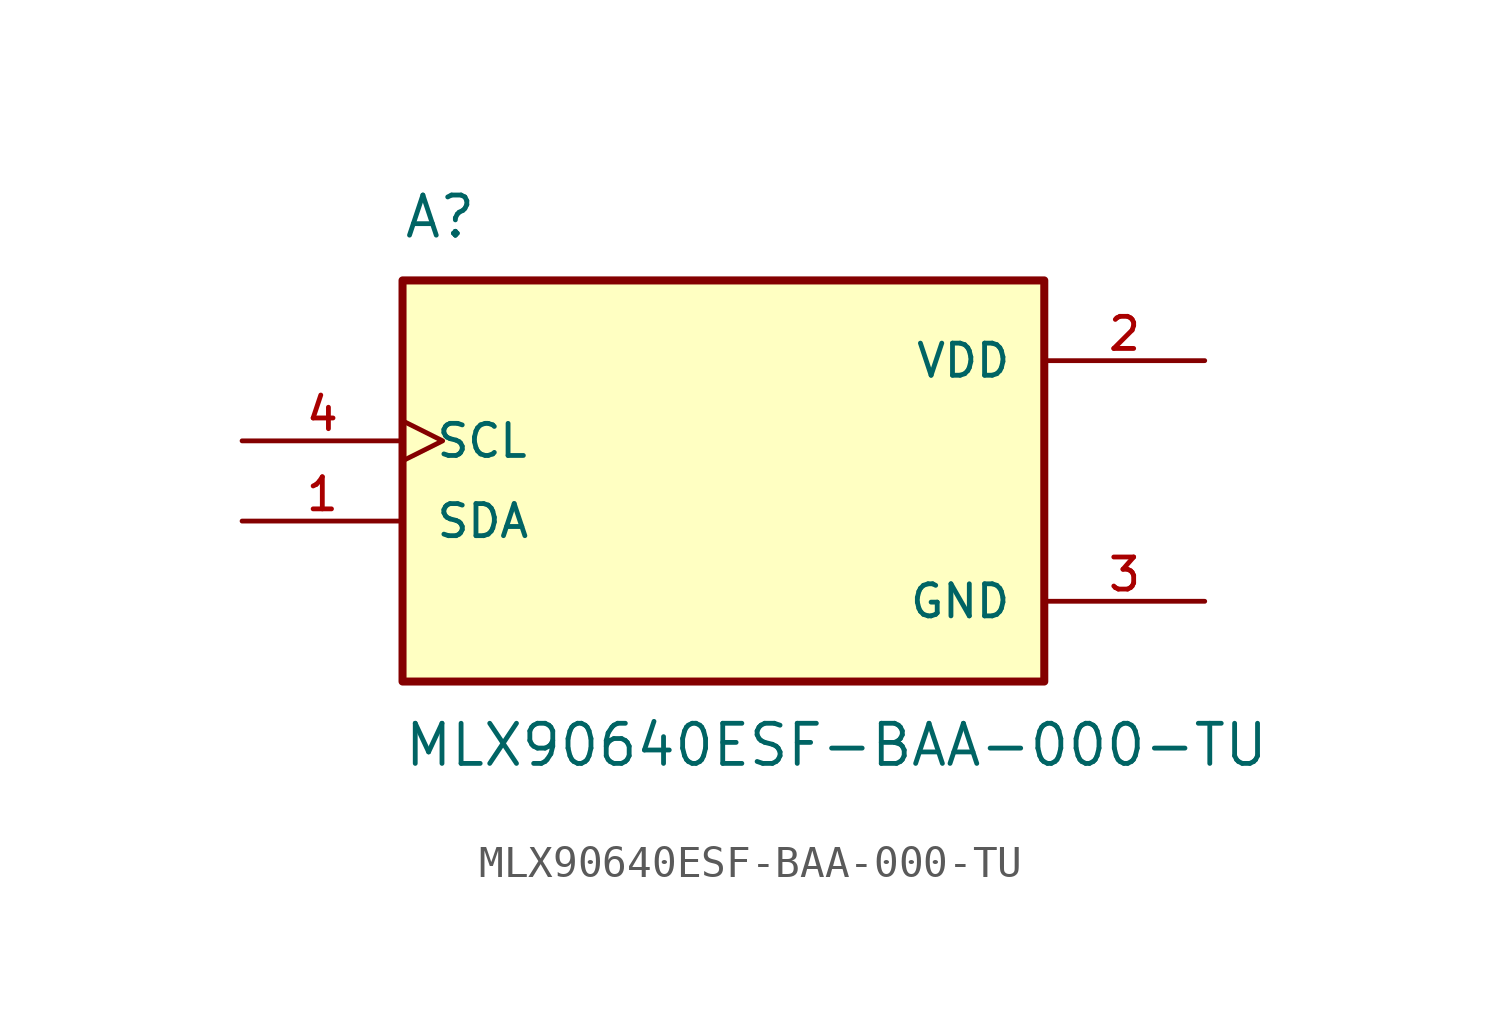
<source format=kicad_sym>
(kicad_symbol_lib
  (version 20211014)
  (generator kicad_symbol_editor)
  (symbol "MLX90640ESF-BAA-000-TU"
    (pin_names
      (offset 1.016))
    (property "Reference" "A"
      (at -10.16 6.35 0)
      (effects (font (size 1.27 1.27)) (justify left bottom)))
    (property "Value" "MLX90640ESF-BAA-000-TU"
      (at -10.16 -8.89 0)
      (effects (font (size 1.27 1.27)) (justify left top)))
    (symbol "MLX90640ESF-BAA-000-TU_0_0"
      (rectangle (start -10.16 -7.62) (end 10.16 5.08) (stroke (width 0.254) (type default) (color 0 0 0 0)) (fill (type background)))
      (pin bidirectional line (at -15.24 -2.54 0) (length 5.08) (name "SDA" (effects (font (size 1.016 1.016)))) (number "1" (effects (font (size 1.016 1.016)))))
      (pin power_in line (at 15.24 2.54 180) (length 5.08) (name "VDD" (effects (font (size 1.016 1.016)))) (number "2" (effects (font (size 1.016 1.016)))))
      (pin power_in line (at 15.24 -5.08 180) (length 5.08) (name "GND" (effects (font (size 1.016 1.016)))) (number "3" (effects (font (size 1.016 1.016)))))
      (pin input clock (at -15.24 0 0) (length 5.08) (name "SCL" (effects (font (size 1.016 1.016)))) (number "4" (effects (font (size 1.016 1.016))))))))
</source>
